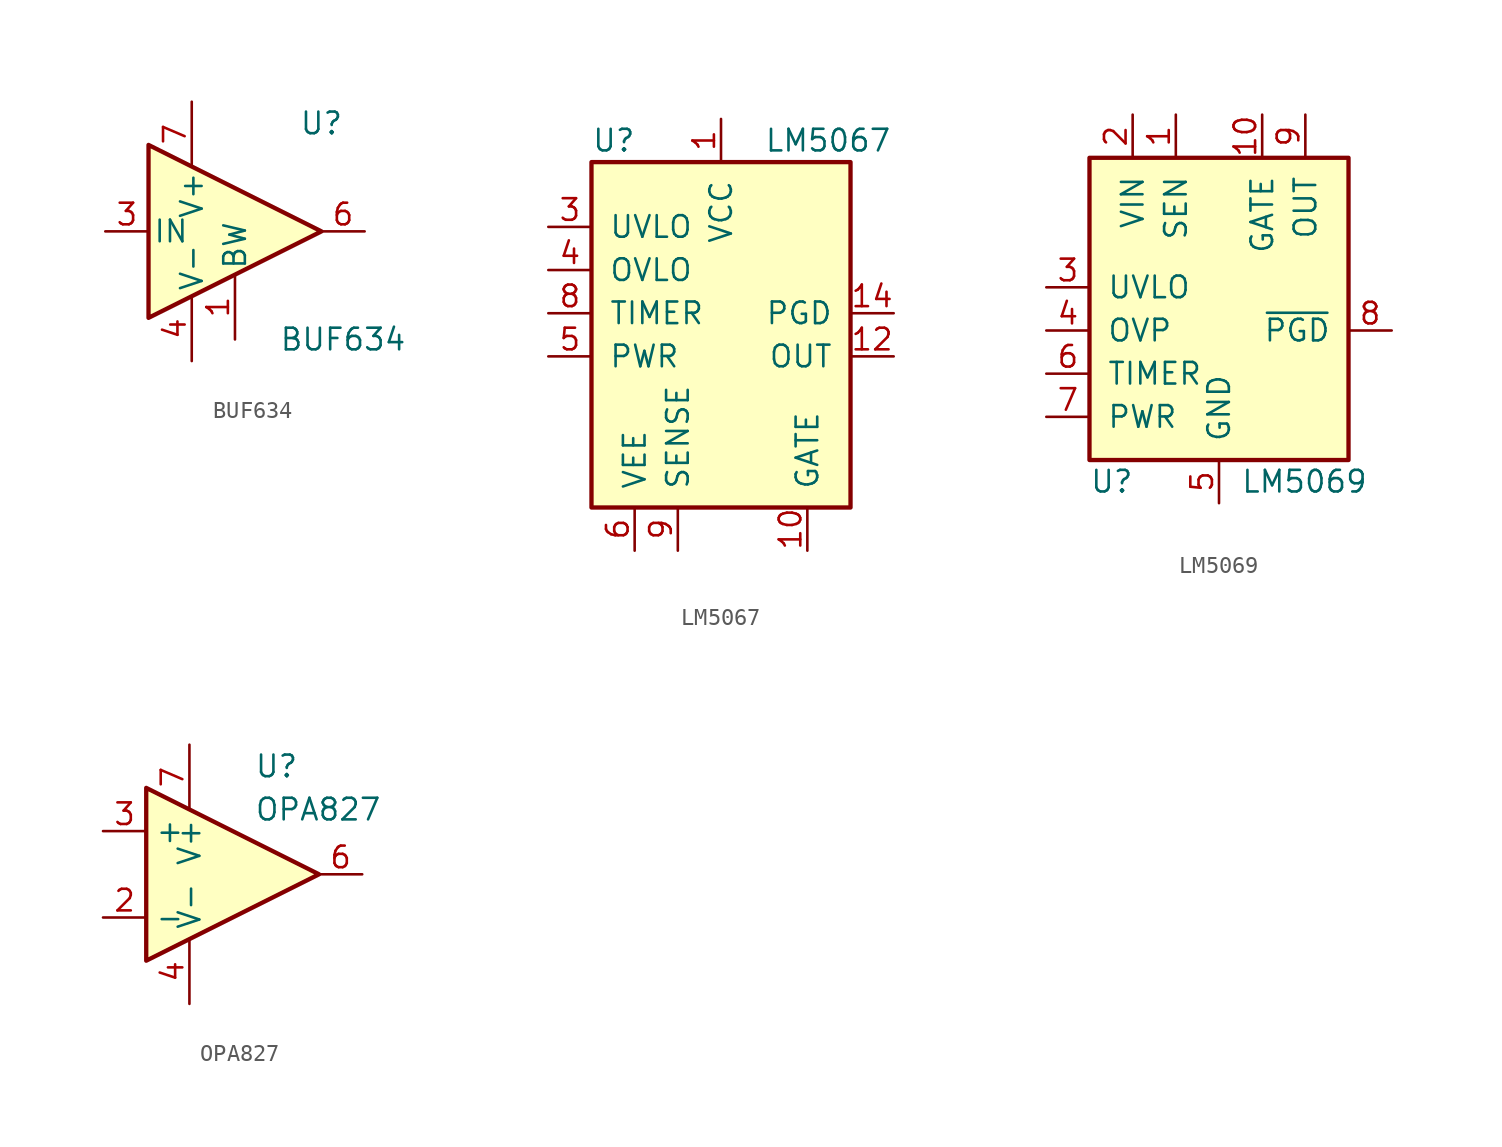
<source format=kicad_sym>
(kicad_symbol_lib
  (version 20220914)
  (generator kicad_symbol_editor)
  (symbol "BUF634"
    (pin_names
      (offset 0.254))
    (property "Reference" "U"
      (at 5.08 6.35 0)
      (effects (font (size 1.27 1.27))))
    (property "Value" "BUF634"
      (at 6.35 -6.35 0)
      (effects (font (size 1.27 1.27))))
    (symbol "BUF634_0_1"
      (polyline (pts (xy 5.08 0) (xy -5.08 5.08) (xy -5.08 -5.08) (xy 5.08 0)) (stroke (width 0.254) (type solid)) (fill (type background))))
    (symbol "BUF634_1_1"
      (pin power_in line (at 0 -6.35 90) (length 3.81) (name "BW" (effects (font (size 1.27 1.27)))) (number "1" (effects (font (size 1.27 1.27)))))
      (pin input line (at -7.62 0 0) (length 2.54) (name "IN" (effects (font (size 1.27 1.27)))) (number "3" (effects (font (size 1.27 1.27)))))
      (pin power_in line (at -2.54 -7.62 90) (length 3.81) (name "V-" (effects (font (size 1.27 1.27)))) (number "4" (effects (font (size 1.27 1.27)))))
      (pin output line (at 7.62 0 180) (length 2.54) (name "~" (effects (font (size 1.27 1.27)))) (number "6" (effects (font (size 1.27 1.27)))))
      (pin power_in line (at -2.54 7.62 270) (length 3.81) (name "V+" (effects (font (size 1.27 1.27)))) (number "7" (effects (font (size 1.27 1.27)))))))
  (symbol "LM5067"
    (pin_names
      (offset 1.016))
    (property "Reference" "U"
      (at -7.62 11.43 0)
      (effects (font (size 1.27 1.27)) (justify left)))
    (property "Value" "LM5067"
      (at 2.54 11.43 0)
      (effects (font (size 1.27 1.27)) (justify left)))
    (symbol "LM5067_0_1"
      (rectangle (start -7.62 10.16) (end 7.62 -10.16) (stroke (width 0.254) (type default)) (fill (type background))))
    (symbol "LM5067_1_0"
      (pin power_in line (at -5.08 -12.7 90) (length 2.54) (name "VEE" (effects (font (size 1.27 1.27)))) (number "6" (effects (font (size 1.27 1.27))))))
    (symbol "LM5067_1_1"
      (pin power_in line (at 0 12.7 270) (length 2.54) (name "VCC" (effects (font (size 1.27 1.27)))) (number "1" (effects (font (size 1.27 1.27)))))
      (pin output line (at 5.08 -12.7 90) (length 2.54) (name "GATE" (effects (font (size 1.27 1.27)))) (number "10" (effects (font (size 1.27 1.27)))))
      (pin no_connect line (at 10.16 3.81 180) (length 2.54) hide (name "NC" (effects (font (size 1.27 1.27)))) (number "11" (effects (font (size 1.27 1.27)))))
      (pin input line (at 10.16 -1.27 180) (length 2.54) (name "OUT" (effects (font (size 1.27 1.27)))) (number "12" (effects (font (size 1.27 1.27)))))
      (pin no_connect line (at 10.16 6.35 180) (length 2.54) hide (name "NC" (effects (font (size 1.27 1.27)))) (number "13" (effects (font (size 1.27 1.27)))))
      (pin open_collector line (at 10.16 1.27 180) (length 2.54) (name "PGD" (effects (font (size 1.27 1.27)))) (number "14" (effects (font (size 1.27 1.27)))))
      (pin no_connect line (at -10.16 -3.81 0) (length 2.54) hide (name "NC" (effects (font (size 1.27 1.27)))) (number "2" (effects (font (size 1.27 1.27)))))
      (pin input line (at -10.16 6.35 0) (length 2.54) (name "UVLO" (effects (font (size 1.27 1.27)))) (number "3" (effects (font (size 1.27 1.27)))))
      (pin input line (at -10.16 3.81 0) (length 2.54) (name "OVLO" (effects (font (size 1.27 1.27)))) (number "4" (effects (font (size 1.27 1.27)))))
      (pin input line (at -10.16 -1.27 0) (length 2.54) (name "PWR" (effects (font (size 1.27 1.27)))) (number "5" (effects (font (size 1.27 1.27)))))
      (pin no_connect line (at 10.16 -3.81 180) (length 2.54) hide (name "NC" (effects (font (size 1.27 1.27)))) (number "7" (effects (font (size 1.27 1.27)))))
      (pin input line (at -10.16 1.27 0) (length 2.54) (name "TIMER" (effects (font (size 1.27 1.27)))) (number "8" (effects (font (size 1.27 1.27)))))
      (pin input line (at -2.54 -12.7 90) (length 2.54) (name "SENSE" (effects (font (size 1.27 1.27)))) (number "9" (effects (font (size 1.27 1.27)))))))
  (symbol "LM5069"
    (pin_names
      (offset 1.016))
    (property "Reference" "U"
      (at -7.62 -11.43 0)
      (effects (font (size 1.27 1.27)) (justify left)))
    (property "Value" "LM5069"
      (at 1.27 -11.43 0)
      (effects (font (size 1.27 1.27)) (justify left)))
    (symbol "LM5069_0_1"
      (rectangle (start -7.62 7.62) (end 7.62 -10.16) (stroke (width 0.254) (type default)) (fill (type background))))
    (symbol "LM5069_1_0"
      (pin power_in line (at 0 -12.7 90) (length 2.54) (name "GND" (effects (font (size 1.27 1.27)))) (number "5" (effects (font (size 1.27 1.27))))))
    (symbol "LM5069_1_1"
      (pin input line (at -2.54 10.16 270) (length 2.54) (name "SEN" (effects (font (size 1.27 1.27)))) (number "1" (effects (font (size 1.27 1.27)))))
      (pin output line (at 2.54 10.16 270) (length 2.54) (name "GATE" (effects (font (size 1.27 1.27)))) (number "10" (effects (font (size 1.27 1.27)))))
      (pin power_in line (at -5.08 10.16 270) (length 2.54) (name "VIN" (effects (font (size 1.27 1.27)))) (number "2" (effects (font (size 1.27 1.27)))))
      (pin input line (at -10.16 0 0) (length 2.54) (name "UVLO" (effects (font (size 1.27 1.27)))) (number "3" (effects (font (size 1.27 1.27)))))
      (pin input line (at -10.16 -2.54 0) (length 2.54) (name "OVP" (effects (font (size 1.27 1.27)))) (number "4" (effects (font (size 1.27 1.27)))))
      (pin input line (at -10.16 -5.08 0) (length 2.54) (name "TIMER" (effects (font (size 1.27 1.27)))) (number "6" (effects (font (size 1.27 1.27)))))
      (pin input line (at -10.16 -7.62 0) (length 2.54) (name "PWR" (effects (font (size 1.27 1.27)))) (number "7" (effects (font (size 1.27 1.27)))))
      (pin open_collector line (at 10.16 -2.54 180) (length 2.54) (name "~{PGD}" (effects (font (size 1.27 1.27)))) (number "8" (effects (font (size 1.27 1.27)))))
      (pin input line (at 5.08 10.16 270) (length 2.54) (name "OUT" (effects (font (size 1.27 1.27)))) (number "9" (effects (font (size 1.27 1.27)))))))
  (symbol "OPA827"
    (property "Reference" "U"
      (at 1.27 6.35 0)
      (effects (font (size 1.27 1.27)) (justify left)))
    (property "Value" "OPA827"
      (at 1.27 3.81 0)
      (effects (font (size 1.27 1.27)) (justify left)))
    (symbol "OPA827_0_1"
      (polyline (pts (xy -5.08 5.08) (xy 5.08 0) (xy -5.08 -5.08) (xy -5.08 5.08)) (stroke (width 0.254) (type solid)) (fill (type background))))
    (symbol "OPA827_1_1"
      (pin input line (at -7.62 -2.54 0) (length 2.54) (name "-" (effects (font (size 1.27 1.27)))) (number "2" (effects (font (size 1.27 1.27)))))
      (pin input line (at -7.62 2.54 0) (length 2.54) (name "+" (effects (font (size 1.27 1.27)))) (number "3" (effects (font (size 1.27 1.27)))))
      (pin power_in line (at -2.54 -7.62 90) (length 3.81) (name "V-" (effects (font (size 1.27 1.27)))) (number "4" (effects (font (size 1.27 1.27)))))
      (pin output line (at 7.62 0 180) (length 2.54) (name "~" (effects (font (size 1.27 1.27)))) (number "6" (effects (font (size 1.27 1.27)))))
      (pin power_in line (at -2.54 7.62 270) (length 3.81) (name "V+" (effects (font (size 1.27 1.27)))) (number "7" (effects (font (size 1.27 1.27))))))))
</source>
